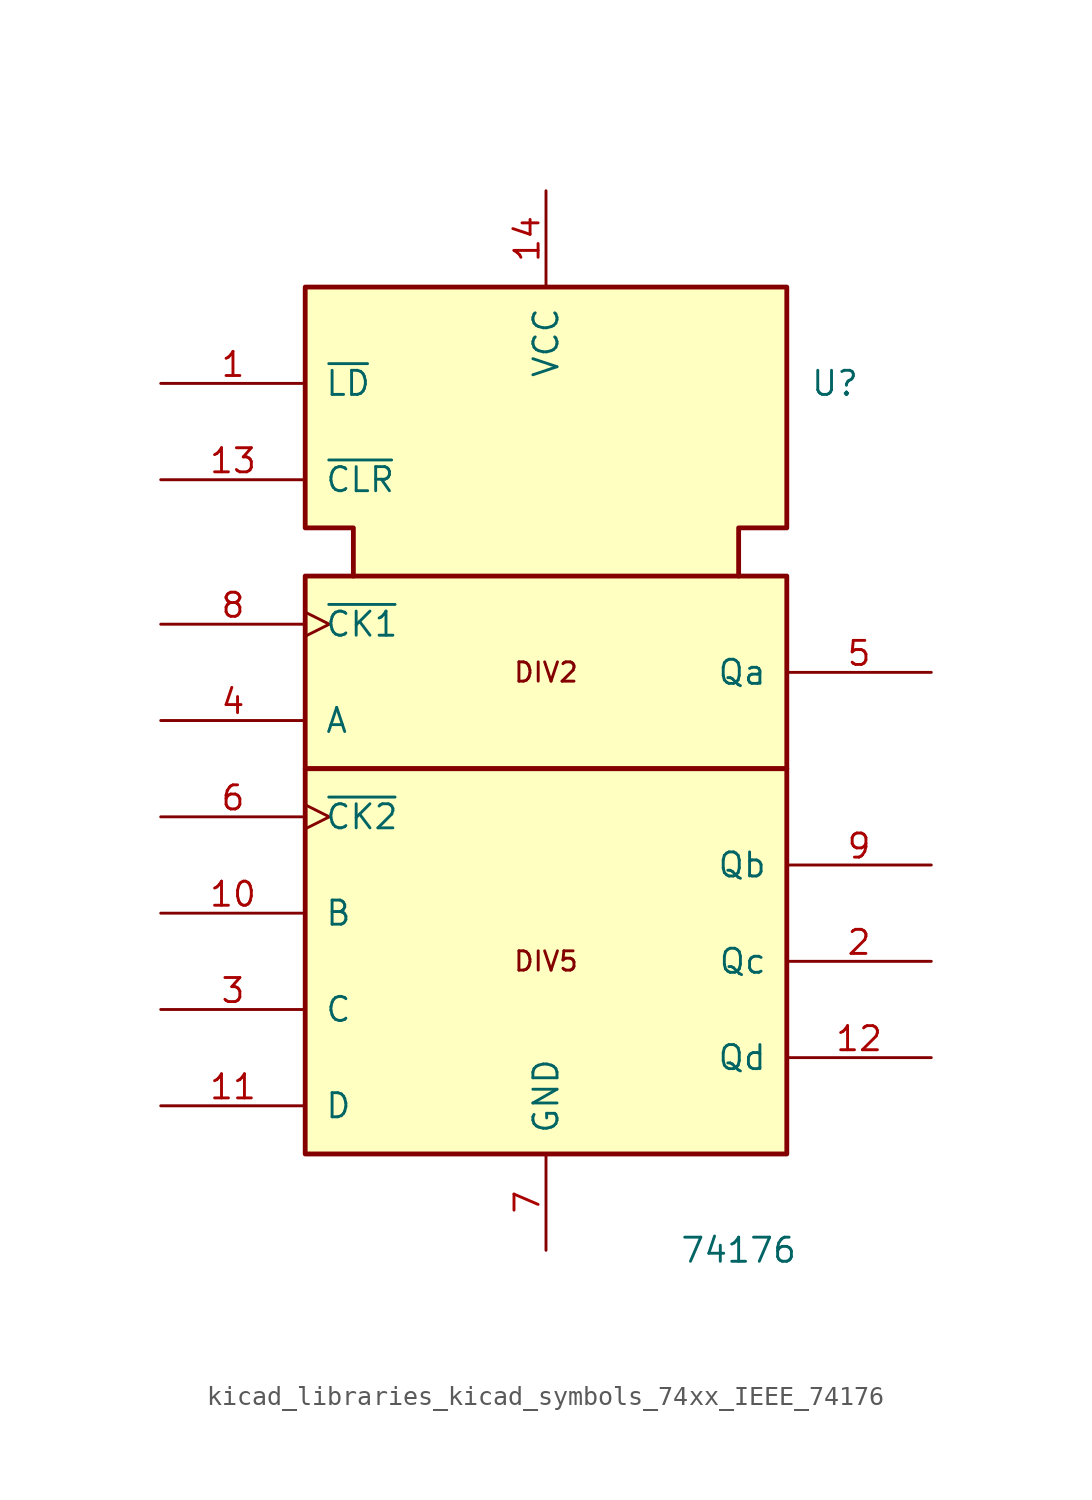
<source format=kicad_sym>
(kicad_symbol_lib
  (version 20220914)
  (generator kicad_symbol_editor)
  (symbol "kicad_libraries_kicad_symbols_74xx_IEEE_74176"
    (pin_names
      (offset 1.016))
    (property "Reference" "U"
      (at 15.24 12.7 0)
      (effects (font (size 1.27 1.27))))
    (property "Value" "74176"
      (at 10.16 -33.02 0)
      (effects (font (size 1.27 1.27))))
    (symbol "kicad_libraries_kicad_symbols_74xx_IEEE_74176_0_0"
      (polyline (pts (xy -10.16 2.54) (xy -10.16 5.08) (xy -12.7 5.08) (xy -12.7 17.78) (xy 12.7 17.78) (xy 12.7 5.08) (xy 10.16 5.08) (xy 10.16 2.54) (xy 10.16 2.54)) (stroke (width 0.254) (type default)) (fill (type background)))
      (text "DIV2" (at 0 -2.54 0) (effects (font (size 1.016 1.016))))
      (text "DIV5" (at 0 -17.78 0) (effects (font (size 1.016 1.016)))))
    (symbol "kicad_libraries_kicad_symbols_74xx_IEEE_74176_0_1"
      (rectangle (start -12.7 -7.62) (end 12.7 -27.94) (stroke (width 0.254) (type default)) (fill (type background)))
      (rectangle (start -12.7 2.54) (end 12.7 -7.62) (stroke (width 0.254) (type default)) (fill (type background)))
      (pin power_in line (at 0 22.86 270) (length 5.08) (name "VCC" (effects (font (size 1.27 1.27)))) (number "14" (effects (font (size 1.27 1.27)))))
      (pin power_in line (at 0 -33.02 90) (length 5.08) (name "GND" (effects (font (size 1.27 1.27)))) (number "7" (effects (font (size 1.27 1.27))))))
    (symbol "kicad_libraries_kicad_symbols_74xx_IEEE_74176_1_1"
      (pin input line (at -20.32 12.7 0) (length 7.62) (name "~{LD}" (effects (font (size 1.27 1.27)))) (number "1" (effects (font (size 1.27 1.27)))))
      (pin input line (at -20.32 -15.24 0) (length 7.62) (name "B" (effects (font (size 1.27 1.27)))) (number "10" (effects (font (size 1.27 1.27)))))
      (pin input line (at -20.32 -25.4 0) (length 7.62) (name "D" (effects (font (size 1.27 1.27)))) (number "11" (effects (font (size 1.27 1.27)))))
      (pin output line (at 20.32 -22.86 180) (length 7.62) (name "Qd" (effects (font (size 1.27 1.27)))) (number "12" (effects (font (size 1.27 1.27)))))
      (pin input line (at -20.32 7.62 0) (length 7.62) (name "~{CLR}" (effects (font (size 1.27 1.27)))) (number "13" (effects (font (size 1.27 1.27)))))
      (pin output line (at 20.32 -17.78 180) (length 7.62) (name "Qc" (effects (font (size 1.27 1.27)))) (number "2" (effects (font (size 1.27 1.27)))))
      (pin input line (at -20.32 -20.32 0) (length 7.62) (name "C" (effects (font (size 1.27 1.27)))) (number "3" (effects (font (size 1.27 1.27)))))
      (pin input line (at -20.32 -5.08 0) (length 7.62) (name "A" (effects (font (size 1.27 1.27)))) (number "4" (effects (font (size 1.27 1.27)))))
      (pin output line (at 20.32 -2.54 180) (length 7.62) (name "Qa" (effects (font (size 1.27 1.27)))) (number "5" (effects (font (size 1.27 1.27)))))
      (pin input clock (at -20.32 -10.16 0) (length 7.62) (name "~{CK2}" (effects (font (size 1.27 1.27)))) (number "6" (effects (font (size 1.27 1.27)))))
      (pin input clock (at -20.32 0 0) (length 7.62) (name "~{CK1}" (effects (font (size 1.27 1.27)))) (number "8" (effects (font (size 1.27 1.27)))))
      (pin output line (at 20.32 -12.7 180) (length 7.62) (name "Qb" (effects (font (size 1.27 1.27)))) (number "9" (effects (font (size 1.27 1.27))))))))
</source>
